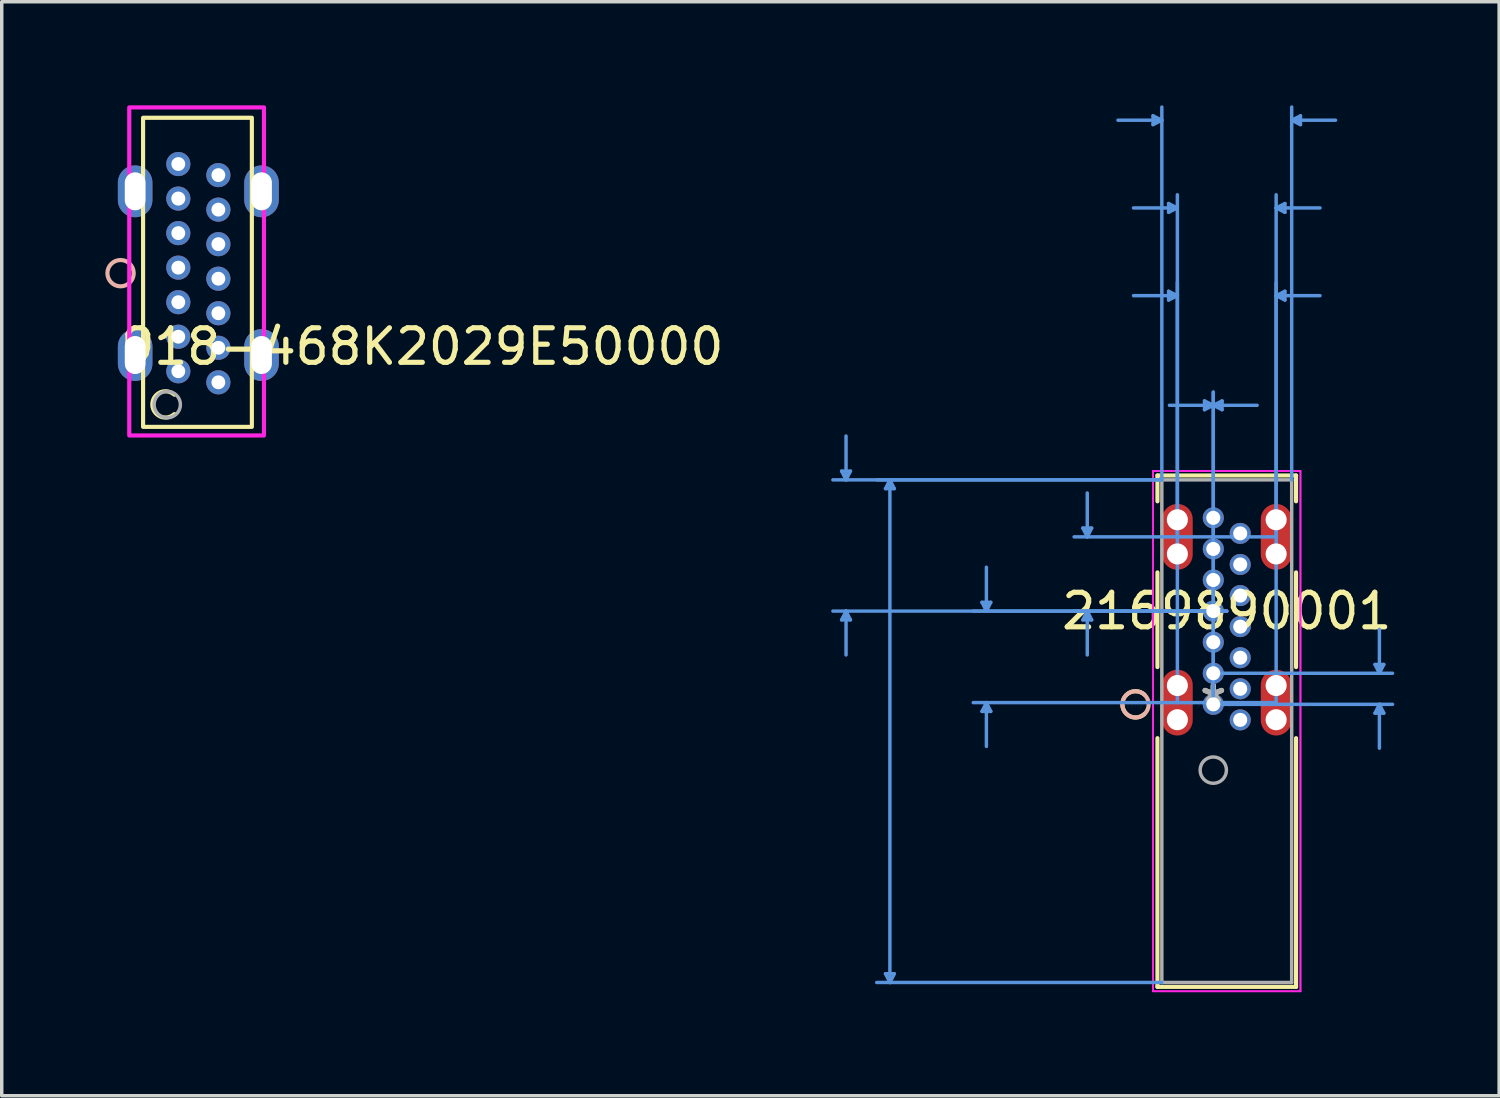
<source format=kicad_pcb>
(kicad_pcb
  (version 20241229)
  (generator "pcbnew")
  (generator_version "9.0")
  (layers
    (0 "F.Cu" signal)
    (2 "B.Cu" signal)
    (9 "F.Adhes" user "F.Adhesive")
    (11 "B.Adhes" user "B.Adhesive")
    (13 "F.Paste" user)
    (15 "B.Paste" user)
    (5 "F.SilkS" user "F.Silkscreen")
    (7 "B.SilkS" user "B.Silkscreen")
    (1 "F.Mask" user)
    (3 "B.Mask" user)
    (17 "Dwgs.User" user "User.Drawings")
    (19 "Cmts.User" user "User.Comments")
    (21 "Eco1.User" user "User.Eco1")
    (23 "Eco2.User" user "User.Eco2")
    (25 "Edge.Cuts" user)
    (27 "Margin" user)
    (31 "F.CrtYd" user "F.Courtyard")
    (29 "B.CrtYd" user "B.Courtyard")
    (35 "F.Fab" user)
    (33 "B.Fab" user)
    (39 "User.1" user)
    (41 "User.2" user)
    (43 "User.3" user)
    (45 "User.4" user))
  (footprint "918-468K2029E50000"
    (layer "F.Cu")
    (at 2.693 4.86)
    (property "Reference" "918-468K2029E50000" (at 6.486 2.126 0) (layer "F.SilkS") (effects (font (size 1 1) (thickness 0.15))))
    (attr through_hole)
    (fp_rect (start -1.6 -4.5) (end 1.55 4.45) (stroke (width 0.12) (type solid)) (fill no) (layer "F.SilkS"))
    (fp_arc (start -0.695039 4.081669) (mid -1.3326 3.800001) (end -0.69504 3.51833) (stroke (width 0.12) (type solid)) (layer "F.SilkS"))
    (fp_circle (center -2.252 0) (end -1.871 0) (stroke (width 0.12) (type solid)) (fill no) (layer "B.SilkS"))
    (fp_rect (start -2 -4.8) (end 1.9 4.7) (stroke (width 0.12) (type solid)) (fill no) (layer "F.CrtYd"))
    (fp_circle (center -0.9 3.805) (end -0.519 3.805) (stroke (width 0.1) (type solid)) (fill no) (layer "F.Fab"))
    (pad "A1" thru_hole circle (at -0.58 2.84) (size 0.7 0.7) (drill 0.4) (layers "*.Cu" "*.Mask"))
    (pad "A4" thru_hole circle (at -0.58 1.84) (size 0.7 0.7) (drill 0.4) (layers "*.Cu" "*.Mask"))
    (pad "A5" thru_hole circle (at -0.58 0.84) (size 0.7 0.7) (drill 0.4) (layers "*.Cu" "*.Mask"))
    (pad "A6" thru_hole circle (at -0.58 -0.16) (size 0.7 0.7) (drill 0.4) (layers "*.Cu" "*.Mask"))
    (pad "A7" thru_hole circle (at -0.58 -1.16) (size 0.7 0.7) (drill 0.4) (layers "*.Cu" "*.Mask"))
    (pad "A9" thru_hole circle (at -0.58 -2.16) (size 0.7 0.7) (drill 0.406) (layers "*.Cu" "*.Mask"))
    (pad "A12" thru_hole circle (at -0.58 -3.16) (size 0.7 0.7) (drill 0.4) (layers "*.Cu" "*.Mask"))
    (pad "B1" thru_hole circle (at 0.58 -2.84) (size 0.7 0.7) (drill 0.4) (layers "*.Cu" "*.Mask"))
    (pad "B4" thru_hole circle (at 0.58 -1.84) (size 0.7 0.7) (drill 0.4) (layers "*.Cu" "*.Mask"))
    (pad "B5" thru_hole circle (at 0.58 -0.84) (size 0.7 0.7) (drill 0.4) (layers "*.Cu" "*.Mask"))
    (pad "B6" thru_hole circle (at 0.58 0.16) (size 0.7 0.7) (drill 0.4) (layers "*.Cu" "*.Mask"))
    (pad "B7" thru_hole circle (at 0.58 1.16) (size 0.7 0.7) (drill 0.4) (layers "*.Cu" "*.Mask"))
    (pad "B9" thru_hole circle (at 0.58 2.16) (size 0.7 0.7) (drill 0.4) (layers "*.Cu" "*.Mask"))
    (pad "B12" thru_hole circle (at 0.58 3.16) (size 0.7 0.7) (drill 0.4) (layers "*.Cu" "*.Mask"))
    (pad "S1" thru_hole oval (at -1.83 -2.37) (size 1 1.5) (drill oval 0.6 1.1) (layers "*.Cu" "*.Mask"))
    (pad "S1" thru_hole oval (at -1.83 2.37) (size 1 1.5) (drill oval 0.6 1.1) (layers "*.Cu" "*.Mask"))
    (pad "S1" thru_hole oval (at 1.83 -2.37) (size 1 1.5) (drill oval 0.6 1.1) (layers "*.Cu" "*.Mask"))
    (pad "S1" thru_hole oval (at 1.83 2.37) (size 1 1.5) (drill oval 0.6 1.1) (layers "*.Cu" "*.Mask")))
  (footprint "2169890001"
    (layer "F.Cu")
    (at 32.082 17.345)
    (property "Reference" "2169890001" (at 0.39 -2.7 0) (layer "F.SilkS") (effects (font (size 1 1) (thickness 0.15))))
    (attr through_hole)
    (fp_line (start -1.617 -6.627) (end -1.617 -5.879) (stroke (width 0.12) (type solid)) (layer "F.SilkS"))
    (fp_line (start -1.617 -3.821) (end -1.617 -1.079) (stroke (width 0.12) (type solid)) (layer "F.SilkS"))
    (fp_line (start -1.617 0.979) (end -1.617 8.181) (stroke (width 0.12) (type solid)) (layer "F.SilkS"))
    (fp_line (start -1.617 8.181) (end 2.397 8.181) (stroke (width 0.12) (type solid)) (layer "F.SilkS"))
    (fp_line (start 2.397 -6.627) (end -1.617 -6.627) (stroke (width 0.12) (type solid)) (layer "F.SilkS"))
    (fp_line (start 2.397 -5.879) (end 2.397 -6.627) (stroke (width 0.12) (type solid)) (layer "F.SilkS"))
    (fp_line (start 2.397 -1.079) (end 2.397 -3.821) (stroke (width 0.12) (type solid)) (layer "F.SilkS"))
    (fp_line (start 2.397 8.181) (end 2.397 0.979) (stroke (width 0.12) (type solid)) (layer "F.SilkS"))
    (fp_arc (start -1.995039 0.281669) (mid -2.6326 0.000001) (end -1.99504 -0.28167) (stroke (width 0.12) (type solid)) (layer "F.SilkS"))
    (fp_circle (center -2.252 0) (end -1.871 0) (stroke (width 0.12) (type solid)) (fill no) (layer "B.SilkS"))
    (fp_line (start -10.761 -6.754) (end -10.507 -6.754) (stroke (width 0.1) (type solid)) (layer "Cmts.User"))
    (fp_line (start -10.761 -2.446) (end -10.507 -2.446) (stroke (width 0.1) (type solid)) (layer "Cmts.User"))
    (fp_line (start -10.634 -6.5) (end -10.761 -6.754) (stroke (width 0.1) (type solid)) (layer "Cmts.User"))
    (fp_line (start -10.634 -6.5) (end -10.634 -7.77) (stroke (width 0.1) (type solid)) (layer "Cmts.User"))
    (fp_line (start -10.634 -6.5) (end -10.507 -6.754) (stroke (width 0.1) (type solid)) (layer "Cmts.User"))
    (fp_line (start -10.634 -2.7) (end -10.761 -2.446) (stroke (width 0.1) (type solid)) (layer "Cmts.User"))
    (fp_line (start -10.634 -2.7) (end -10.634 -1.43) (stroke (width 0.1) (type solid)) (layer "Cmts.User"))
    (fp_line (start -10.634 -2.7) (end -10.507 -2.446) (stroke (width 0.1) (type solid)) (layer "Cmts.User"))
    (fp_line (start -9.491 -6.246) (end -9.237 -6.246) (stroke (width 0.1) (type solid)) (layer "Cmts.User"))
    (fp_line (start -9.491 7.8) (end -9.237 7.8) (stroke (width 0.1) (type solid)) (layer "Cmts.User"))
    (fp_line (start -9.364 -6.5) (end -9.491 -6.246) (stroke (width 0.1) (type solid)) (layer "Cmts.User"))
    (fp_line (start -9.364 -6.5) (end -9.364 8.054) (stroke (width 0.1) (type solid)) (layer "Cmts.User"))
    (fp_line (start -9.364 -6.5) (end -9.237 -6.246) (stroke (width 0.1) (type solid)) (layer "Cmts.User"))
    (fp_line (start -9.364 8.054) (end -9.491 7.8) (stroke (width 0.1) (type solid)) (layer "Cmts.User"))
    (fp_line (start -9.364 8.054) (end -9.237 7.8) (stroke (width 0.1) (type solid)) (layer "Cmts.User"))
    (fp_line (start -6.697 -2.954) (end -6.443 -2.954) (stroke (width 0.1) (type solid)) (layer "Cmts.User"))
    (fp_line (start -6.697 0.204) (end -6.443 0.204) (stroke (width 0.1) (type solid)) (layer "Cmts.User"))
    (fp_line (start -6.57 -2.7) (end -6.697 -2.954) (stroke (width 0.1) (type solid)) (layer "Cmts.User"))
    (fp_line (start -6.57 -2.7) (end -6.57 -3.97) (stroke (width 0.1) (type solid)) (layer "Cmts.User"))
    (fp_line (start -6.57 -2.7) (end -6.443 -2.954) (stroke (width 0.1) (type solid)) (layer "Cmts.User"))
    (fp_line (start -6.57 -0.05) (end -6.697 0.204) (stroke (width 0.1) (type solid)) (layer "Cmts.User"))
    (fp_line (start -6.57 -0.05) (end -6.57 1.22) (stroke (width 0.1) (type solid)) (layer "Cmts.User"))
    (fp_line (start -6.57 -0.05) (end -6.443 0.204) (stroke (width 0.1) (type solid)) (layer "Cmts.User"))
    (fp_line (start -3.776 -5.104) (end -3.522 -5.104) (stroke (width 0.1) (type solid)) (layer "Cmts.User"))
    (fp_line (start -3.776 -2.446) (end -3.522 -2.446) (stroke (width 0.1) (type solid)) (layer "Cmts.User"))
    (fp_line (start -3.649 -4.85) (end -3.776 -5.104) (stroke (width 0.1) (type solid)) (layer "Cmts.User"))
    (fp_line (start -3.649 -4.85) (end -3.649 -6.12) (stroke (width 0.1) (type solid)) (layer "Cmts.User"))
    (fp_line (start -3.649 -4.85) (end -3.522 -5.104) (stroke (width 0.1) (type solid)) (layer "Cmts.User"))
    (fp_line (start -3.649 -2.7) (end -3.776 -2.446) (stroke (width 0.1) (type solid)) (layer "Cmts.User"))
    (fp_line (start -3.649 -2.7) (end -3.649 -1.43) (stroke (width 0.1) (type solid)) (layer "Cmts.User"))
    (fp_line (start -3.649 -2.7) (end -3.522 -2.446) (stroke (width 0.1) (type solid)) (layer "Cmts.User"))
    (fp_line (start -1.744 -17.041) (end -1.744 -16.787) (stroke (width 0.1) (type solid)) (layer "Cmts.User"))
    (fp_line (start -1.49 -16.914) (end -2.76 -16.914) (stroke (width 0.1) (type solid)) (layer "Cmts.User"))
    (fp_line (start -1.49 -16.914) (end -1.744 -17.041) (stroke (width 0.1) (type solid)) (layer "Cmts.User"))
    (fp_line (start -1.49 -16.914) (end -1.744 -16.787) (stroke (width 0.1) (type solid)) (layer "Cmts.User"))
    (fp_line (start -1.49 -6.5) (end -11.015 -6.5) (stroke (width 0.1) (type solid)) (layer "Cmts.User"))
    (fp_line (start -1.49 -6.5) (end -9.745 -6.5) (stroke (width 0.1) (type solid)) (layer "Cmts.User"))
    (fp_line (start -1.49 -6.5) (end -1.49 -17.295) (stroke (width 0.1) (type solid)) (layer "Cmts.User"))
    (fp_line (start -1.49 8.054) (end -9.745 8.054) (stroke (width 0.1) (type solid)) (layer "Cmts.User"))
    (fp_line (start -1.294 -14.501) (end -1.294 -14.247) (stroke (width 0.1) (type solid)) (layer "Cmts.User"))
    (fp_line (start -1.294 -11.961) (end -1.294 -11.707) (stroke (width 0.1) (type solid)) (layer "Cmts.User"))
    (fp_line (start -1.04 -14.374) (end -2.31 -14.374) (stroke (width 0.1) (type solid)) (layer "Cmts.User"))
    (fp_line (start -1.04 -14.374) (end -1.294 -14.501) (stroke (width 0.1) (type solid)) (layer "Cmts.User"))
    (fp_line (start -1.04 -14.374) (end -1.294 -14.247) (stroke (width 0.1) (type solid)) (layer "Cmts.User"))
    (fp_line (start -1.04 -11.834) (end -2.31 -11.834) (stroke (width 0.1) (type solid)) (layer "Cmts.User"))
    (fp_line (start -1.04 -11.834) (end -1.294 -11.961) (stroke (width 0.1) (type solid)) (layer "Cmts.User"))
    (fp_line (start -1.04 -11.834) (end -1.294 -11.707) (stroke (width 0.1) (type solid)) (layer "Cmts.User"))
    (fp_line (start -1.04 -4.85) (end -1.04 -14.755) (stroke (width 0.1) (type solid)) (layer "Cmts.User"))
    (fp_line (start -1.04 -0.05) (end -1.04 -12.215) (stroke (width 0.1) (type solid)) (layer "Cmts.User"))
    (fp_line (start -0.254 -8.786) (end -0.254 -8.532) (stroke (width 0.1) (type solid)) (layer "Cmts.User"))
    (fp_line (start 0 -8.659) (end -1.27 -8.659) (stroke (width 0.1) (type solid)) (layer "Cmts.User"))
    (fp_line (start 0 -8.659) (end -0.254 -8.786) (stroke (width 0.1) (type solid)) (layer "Cmts.User"))
    (fp_line (start 0 -8.659) (end -0.254 -8.532) (stroke (width 0.1) (type solid)) (layer "Cmts.User"))
    (fp_line (start 0 -8.659) (end 0.254 -8.786) (stroke (width 0.1) (type solid)) (layer "Cmts.User"))
    (fp_line (start 0 -8.659) (end 0.254 -8.532) (stroke (width 0.1) (type solid)) (layer "Cmts.User"))
    (fp_line (start 0 -8.659) (end 1.27 -8.659) (stroke (width 0.1) (type solid)) (layer "Cmts.User"))
    (fp_line (start 0 -0.9) (end 5.191 -0.9) (stroke (width 0.1) (type solid)) (layer "Cmts.User"))
    (fp_line (start 0 0) (end 0 -9.04) (stroke (width 0.1) (type solid)) (layer "Cmts.User"))
    (fp_line (start 0 0) (end 0 -9.04) (stroke (width 0.1) (type solid)) (layer "Cmts.User"))
    (fp_line (start 0 0) (end 5.191 0) (stroke (width 0.1) (type solid)) (layer "Cmts.User"))
    (fp_line (start 0.254 -8.786) (end 0.254 -8.532) (stroke (width 0.1) (type solid)) (layer "Cmts.User"))
    (fp_line (start 0.39 -2.7) (end -11.015 -2.7) (stroke (width 0.1) (type solid)) (layer "Cmts.User"))
    (fp_line (start 0.39 -2.7) (end -6.951 -2.7) (stroke (width 0.1) (type solid)) (layer "Cmts.User"))
    (fp_line (start 0.39 -2.7) (end -4.03 -2.7) (stroke (width 0.1) (type solid)) (layer "Cmts.User"))
    (fp_line (start 1.82 -14.374) (end 2.074 -14.501) (stroke (width 0.1) (type solid)) (layer "Cmts.User"))
    (fp_line (start 1.82 -14.374) (end 2.074 -14.247) (stroke (width 0.1) (type solid)) (layer "Cmts.User"))
    (fp_line (start 1.82 -14.374) (end 3.09 -14.374) (stroke (width 0.1) (type solid)) (layer "Cmts.User"))
    (fp_line (start 1.82 -11.834) (end 2.074 -11.961) (stroke (width 0.1) (type solid)) (layer "Cmts.User"))
    (fp_line (start 1.82 -11.834) (end 2.074 -11.707) (stroke (width 0.1) (type solid)) (layer "Cmts.User"))
    (fp_line (start 1.82 -11.834) (end 3.09 -11.834) (stroke (width 0.1) (type solid)) (layer "Cmts.User"))
    (fp_line (start 1.82 -4.85) (end -4.03 -4.85) (stroke (width 0.1) (type solid)) (layer "Cmts.User"))
    (fp_line (start 1.82 -4.85) (end 1.82 -14.755) (stroke (width 0.1) (type solid)) (layer "Cmts.User"))
    (fp_line (start 1.82 -0.05) (end -6.951 -0.05) (stroke (width 0.1) (type solid)) (layer "Cmts.User"))
    (fp_line (start 1.82 -0.05) (end 1.82 -12.215) (stroke (width 0.1) (type solid)) (layer "Cmts.User"))
    (fp_line (start 2.074 -14.501) (end 2.074 -14.247) (stroke (width 0.1) (type solid)) (layer "Cmts.User"))
    (fp_line (start 2.074 -11.961) (end 2.074 -11.707) (stroke (width 0.1) (type solid)) (layer "Cmts.User"))
    (fp_line (start 2.27 -16.914) (end 2.524 -17.041) (stroke (width 0.1) (type solid)) (layer "Cmts.User"))
    (fp_line (start 2.27 -16.914) (end 2.524 -16.787) (stroke (width 0.1) (type solid)) (layer "Cmts.User"))
    (fp_line (start 2.27 -16.914) (end 3.54 -16.914) (stroke (width 0.1) (type solid)) (layer "Cmts.User"))
    (fp_line (start 2.27 -6.5) (end 2.27 -17.295) (stroke (width 0.1) (type solid)) (layer "Cmts.User"))
    (fp_line (start 2.524 -17.041) (end 2.524 -16.787) (stroke (width 0.1) (type solid)) (layer "Cmts.User"))
    (fp_line (start 4.683 -1.154) (end 4.937 -1.154) (stroke (width 0.1) (type solid)) (layer "Cmts.User"))
    (fp_line (start 4.683 0.254) (end 4.937 0.254) (stroke (width 0.1) (type solid)) (layer "Cmts.User"))
    (fp_line (start 4.81 -0.9) (end 4.683 -1.154) (stroke (width 0.1) (type solid)) (layer "Cmts.User"))
    (fp_line (start 4.81 -0.9) (end 4.81 -2.17) (stroke (width 0.1) (type solid)) (layer "Cmts.User"))
    (fp_line (start 4.81 -0.9) (end 4.937 -1.154) (stroke (width 0.1) (type solid)) (layer "Cmts.User"))
    (fp_line (start 4.81 0) (end 4.683 0.254) (stroke (width 0.1) (type solid)) (layer "Cmts.User"))
    (fp_line (start 4.81 0) (end 4.81 1.27) (stroke (width 0.1) (type solid)) (layer "Cmts.User"))
    (fp_line (start 4.81 0) (end 4.937 0.254) (stroke (width 0.1) (type solid)) (layer "Cmts.User"))
    (fp_line (start -1.744 -6.754) (end -1.744 8.308) (stroke (width 0.05) (type solid)) (layer "F.CrtYd"))
    (fp_line (start -1.744 -6.754) (end -1.744 8.308) (stroke (width 0.05) (type solid)) (layer "F.CrtYd"))
    (fp_line (start -1.744 8.308) (end 2.524 8.308) (stroke (width 0.05) (type solid)) (layer "F.CrtYd"))
    (fp_line (start -1.744 8.308) (end 2.524 8.308) (stroke (width 0.05) (type solid)) (layer "F.CrtYd"))
    (fp_line (start 2.524 -6.754) (end -1.744 -6.754) (stroke (width 0.05) (type solid)) (layer "F.CrtYd"))
    (fp_line (start 2.524 -6.754) (end -1.744 -6.754) (stroke (width 0.05) (type solid)) (layer "F.CrtYd"))
    (fp_line (start 2.524 8.308) (end 2.524 -6.754) (stroke (width 0.05) (type solid)) (layer "F.CrtYd"))
    (fp_line (start 2.524 8.308) (end 2.524 -6.754) (stroke (width 0.05) (type solid)) (layer "F.CrtYd"))
    (fp_line (start -1.49 -6.5) (end -1.49 8.054) (stroke (width 0.1) (type solid)) (layer "F.Fab"))
    (fp_line (start -1.49 8.054) (end 2.27 8.054) (stroke (width 0.1) (type solid)) (layer "F.Fab"))
    (fp_line (start 2.27 -6.5) (end -1.49 -6.5) (stroke (width 0.1) (type solid)) (layer "F.Fab"))
    (fp_line (start 2.27 8.054) (end 2.27 -6.5) (stroke (width 0.1) (type solid)) (layer "F.Fab"))
    (fp_circle (center 0 1.905) (end 0.381 1.905) (stroke (width 0.1) (type solid)) (fill no) (layer "F.Fab"))
    (fp_text user "*" (at 0 0 0) (layer "F.SilkS") (effects (font (size 1 1) (thickness 0.15))))
    (fp_text user "Copyright 2021 Accelerated Designs. All rights reserved." (at 0 0 0) (layer "Cmts.User") (effects (font (size 0.127 0.127) (thickness 0.002))))
    (fp_text user "*" (at 0 0 0) (layer "F.Fab") (effects (font (size 1 1) (thickness 0.15))))
    (pad "" np_thru_hole circle (at -1.04 -5.345) (size 0.61 0.61) (drill 0.61) (layers "*.Cu" "*.Mask"))
    (pad "" np_thru_hole circle (at -1.04 -4.355) (size 0.61 0.61) (drill 0.61) (layers "*.Cu" "*.Mask"))
    (pad "" np_thru_hole circle (at -1.04 -0.545) (size 0.61 0.61) (drill 0.61) (layers "*.Cu" "*.Mask"))
    (pad "" np_thru_hole circle (at -1.04 0.445) (size 0.61 0.61) (drill 0.61) (layers "*.Cu" "*.Mask"))
    (pad "" np_thru_hole circle (at 1.82 -5.345) (size 0.61 0.61) (drill 0.61) (layers "*.Cu" "*.Mask"))
    (pad "" np_thru_hole circle (at 1.82 -4.355) (size 0.61 0.61) (drill 0.61) (layers "*.Cu" "*.Mask"))
    (pad "" np_thru_hole circle (at 1.82 -0.545) (size 0.61 0.61) (drill 0.61) (layers "*.Cu" "*.Mask"))
    (pad "" np_thru_hole circle (at 1.82 0.445) (size 0.61 0.61) (drill 0.61) (layers "*.Cu" "*.Mask"))
    (pad "15" smd oval (at -1.04 -4.85) (size 0.889 1.905) (layers "F.Cu" "F.Mask" "F.Paste"))
    (pad "16" smd oval (at 1.82 -4.85) (size 0.889 1.905) (layers "F.Cu" "F.Mask" "F.Paste"))
    (pad "17" smd oval (at -1.04 -0.05) (size 0.889 1.905) (layers "F.Cu" "F.Mask" "F.Paste"))
    (pad "18" smd oval (at 1.82 -0.05) (size 0.889 1.905) (layers "F.Cu" "F.Mask" "F.Paste"))
    (pad "A1" thru_hole circle (at 0.000001 0) (size 0.61 0.61) (drill 0.406) (layers "*.Cu" "*.Mask"))
    (pad "A4" thru_hole circle (at 0.000001 -0.9) (size 0.61 0.61) (drill 0.406) (layers "*.Cu" "*.Mask"))
    (pad "A5" thru_hole circle (at 0.000001 -1.8) (size 0.61 0.61) (drill 0.406) (layers "*.Cu" "*.Mask"))
    (pad "A6" thru_hole circle (at 0.000001 -2.7) (size 0.61 0.61) (drill 0.406) (layers "*.Cu" "*.Mask"))
    (pad "A7" thru_hole circle (at 0.000001 -3.6) (size 0.61 0.61) (drill 0.406) (layers "*.Cu" "*.Mask"))
    (pad "A9" thru_hole circle (at 0.000001 -4.5) (size 0.61 0.61) (drill 0.406) (layers "*.Cu" "*.Mask"))
    (pad "A12" thru_hole circle (at 0.000001 -5.4) (size 0.61 0.61) (drill 0.406) (layers "*.Cu" "*.Mask"))
    (pad "B1" thru_hole circle (at 0.78 -4.95) (size 0.61 0.61) (drill 0.406) (layers "*.Cu" "*.Mask"))
    (pad "B4" thru_hole circle (at 0.78 -4.05) (size 0.61 0.61) (drill 0.406) (layers "*.Cu" "*.Mask"))
    (pad "B5" thru_hole circle (at 0.78 -3.15) (size 0.61 0.61) (drill 0.406) (layers "*.Cu" "*.Mask"))
    (pad "B6" thru_hole circle (at 0.78 -2.25) (size 0.61 0.61) (drill 0.406) (layers "*.Cu" "*.Mask"))
    (pad "B7" thru_hole circle (at 0.78 -1.35) (size 0.61 0.61) (drill 0.406) (layers "*.Cu" "*.Mask"))
    (pad "B9" thru_hole circle (at 0.78 -0.45) (size 0.61 0.61) (drill 0.406) (layers "*.Cu" "*.Mask"))
    (pad "B12" thru_hole circle (at 0.78 0.45) (size 0.61 0.61) (drill 0.406) (layers "*.Cu" "*.Mask")))
  (gr_rect
    (start -3 -3)
    (end 40.359 28.678)
    (stroke (width 0.1) (type default))
    (fill no)
    (layer "Edge.Cuts")))
</source>
